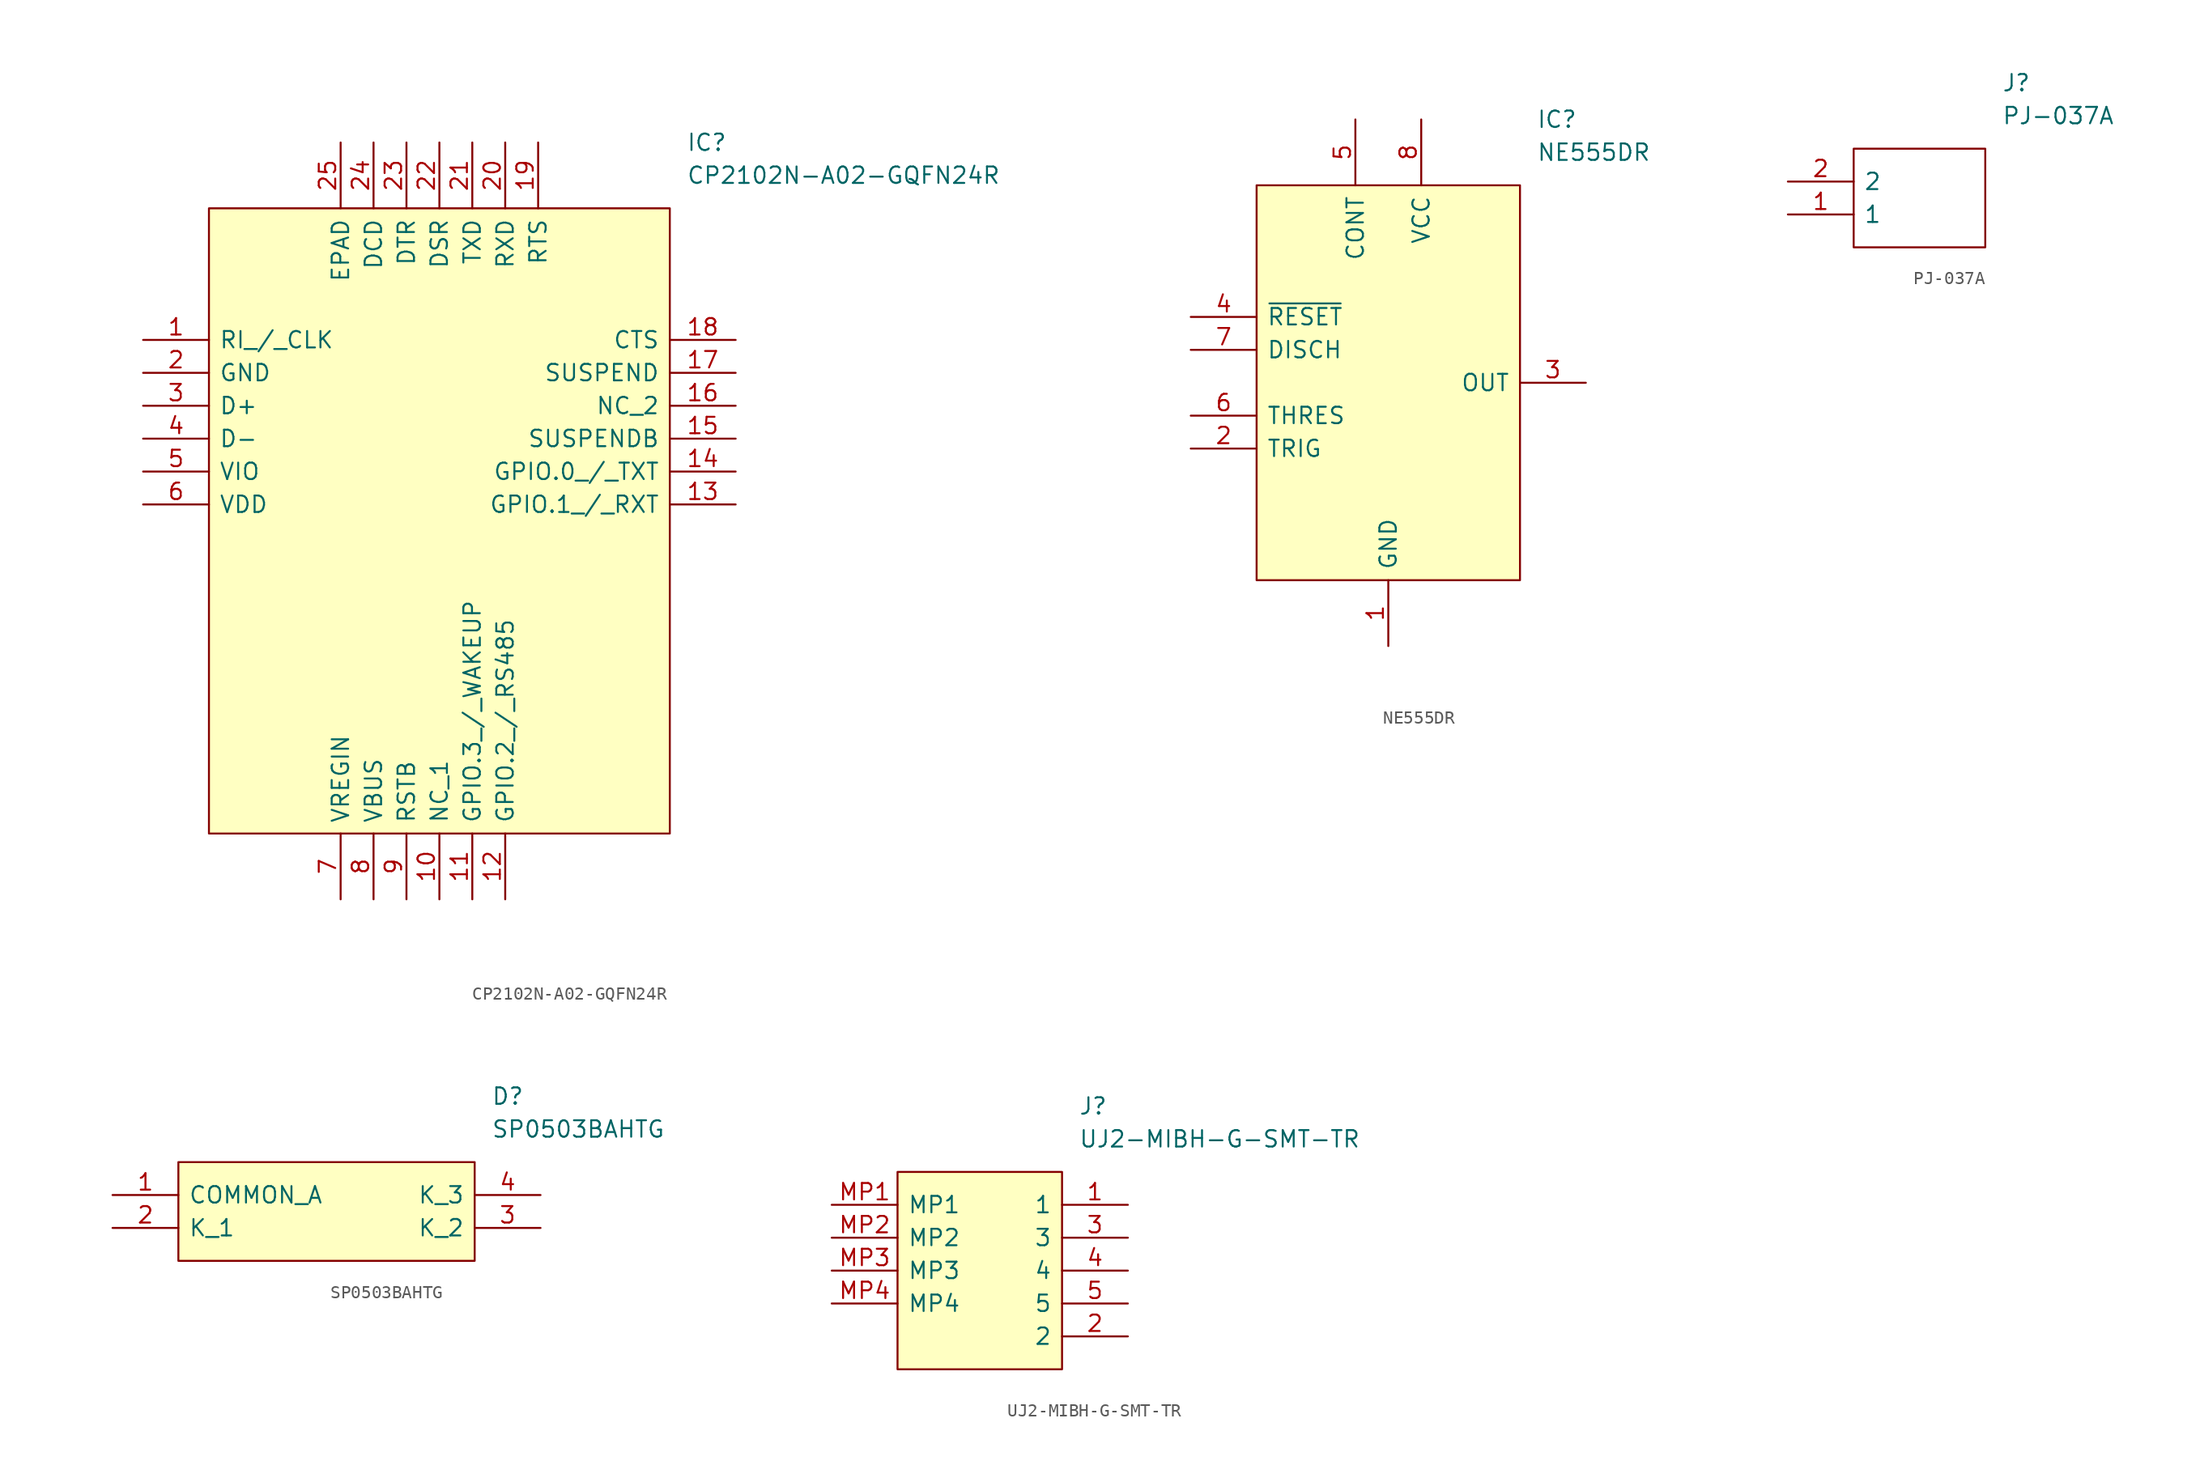
<source format=kicad_sym>
(kicad_symbol_lib
  (version 20211014)
  (generator kicad_symbol_editor)
  (symbol "CP2102N-A02-GQFN24R"
    (pin_names
      (offset 0.762))
    (property "Reference" "IC"
      (at 41.91 15.24 0)
      (effects (font (size 1.27 1.27)) (justify left)))
    (property "Value" "CP2102N-A02-GQFN24R"
      (at 41.91 12.7 0)
      (effects (font (size 1.27 1.27)) (justify left)))
    (symbol "CP2102N-A02-GQFN24R_0_0"
      (pin passive line (at 0 0 0) (length 5.08) (name "RI_/_CLK" (effects (font (size 1.27 1.27)))) (number "1" (effects (font (size 1.27 1.27)))))
      (pin passive line (at 22.86 -43.18 90) (length 5.08) (name "NC_1" (effects (font (size 1.27 1.27)))) (number "10" (effects (font (size 1.27 1.27)))))
      (pin passive line (at 25.4 -43.18 90) (length 5.08) (name "GPIO.3_/_WAKEUP" (effects (font (size 1.27 1.27)))) (number "11" (effects (font (size 1.27 1.27)))))
      (pin passive line (at 27.94 -43.18 90) (length 5.08) (name "GPIO.2_/_RS485" (effects (font (size 1.27 1.27)))) (number "12" (effects (font (size 1.27 1.27)))))
      (pin passive line (at 45.72 -12.7 180) (length 5.08) (name "GPIO.1_/_RXT" (effects (font (size 1.27 1.27)))) (number "13" (effects (font (size 1.27 1.27)))))
      (pin passive line (at 45.72 -10.16 180) (length 5.08) (name "GPIO.0_/_TXT" (effects (font (size 1.27 1.27)))) (number "14" (effects (font (size 1.27 1.27)))))
      (pin passive line (at 45.72 -7.62 180) (length 5.08) (name "SUSPENDB" (effects (font (size 1.27 1.27)))) (number "15" (effects (font (size 1.27 1.27)))))
      (pin passive line (at 45.72 -5.08 180) (length 5.08) (name "NC_2" (effects (font (size 1.27 1.27)))) (number "16" (effects (font (size 1.27 1.27)))))
      (pin passive line (at 45.72 -2.54 180) (length 5.08) (name "SUSPEND" (effects (font (size 1.27 1.27)))) (number "17" (effects (font (size 1.27 1.27)))))
      (pin passive line (at 45.72 0 180) (length 5.08) (name "CTS" (effects (font (size 1.27 1.27)))) (number "18" (effects (font (size 1.27 1.27)))))
      (pin passive line (at 30.48 15.24 270) (length 5.08) (name "RTS" (effects (font (size 1.27 1.27)))) (number "19" (effects (font (size 1.27 1.27)))))
      (pin passive line (at 0 -2.54 0) (length 5.08) (name "GND" (effects (font (size 1.27 1.27)))) (number "2" (effects (font (size 1.27 1.27)))))
      (pin passive line (at 27.94 15.24 270) (length 5.08) (name "RXD" (effects (font (size 1.27 1.27)))) (number "20" (effects (font (size 1.27 1.27)))))
      (pin passive line (at 25.4 15.24 270) (length 5.08) (name "TXD" (effects (font (size 1.27 1.27)))) (number "21" (effects (font (size 1.27 1.27)))))
      (pin passive line (at 22.86 15.24 270) (length 5.08) (name "DSR" (effects (font (size 1.27 1.27)))) (number "22" (effects (font (size 1.27 1.27)))))
      (pin passive line (at 20.32 15.24 270) (length 5.08) (name "DTR" (effects (font (size 1.27 1.27)))) (number "23" (effects (font (size 1.27 1.27)))))
      (pin passive line (at 17.78 15.24 270) (length 5.08) (name "DCD" (effects (font (size 1.27 1.27)))) (number "24" (effects (font (size 1.27 1.27)))))
      (pin passive line (at 15.24 15.24 270) (length 5.08) (name "EPAD" (effects (font (size 1.27 1.27)))) (number "25" (effects (font (size 1.27 1.27)))))
      (pin passive line (at 0 -5.08 0) (length 5.08) (name "D+" (effects (font (size 1.27 1.27)))) (number "3" (effects (font (size 1.27 1.27)))))
      (pin passive line (at 0 -7.62 0) (length 5.08) (name "D-" (effects (font (size 1.27 1.27)))) (number "4" (effects (font (size 1.27 1.27)))))
      (pin passive line (at 0 -10.16 0) (length 5.08) (name "VIO" (effects (font (size 1.27 1.27)))) (number "5" (effects (font (size 1.27 1.27)))))
      (pin passive line (at 0 -12.7 0) (length 5.08) (name "VDD" (effects (font (size 1.27 1.27)))) (number "6" (effects (font (size 1.27 1.27)))))
      (pin passive line (at 15.24 -43.18 90) (length 5.08) (name "VREGIN" (effects (font (size 1.27 1.27)))) (number "7" (effects (font (size 1.27 1.27)))))
      (pin passive line (at 17.78 -43.18 90) (length 5.08) (name "VBUS" (effects (font (size 1.27 1.27)))) (number "8" (effects (font (size 1.27 1.27)))))
      (pin passive line (at 20.32 -43.18 90) (length 5.08) (name "RSTB" (effects (font (size 1.27 1.27)))) (number "9" (effects (font (size 1.27 1.27))))))
    (symbol "CP2102N-A02-GQFN24R_0_1"
      (polyline (pts (xy 5.08 10.16) (xy 40.64 10.16) (xy 40.64 -38.1) (xy 5.08 -38.1) (xy 5.08 10.16)) (stroke (width 0.152) (type default) (color 0 0 0 0)) (fill (type background)))))
  (symbol "NE555DR"
    (pin_names
      (offset 0.762))
    (property "Reference" "IC"
      (at 26.67 15.24 0)
      (effects (font (size 1.27 1.27)) (justify left)))
    (property "Value" "NE555DR"
      (at 26.67 12.7 0)
      (effects (font (size 1.27 1.27)) (justify left)))
    (symbol "NE555DR_0_0"
      (pin bidirectional line (at 15.24 -25.4 90) (length 5.08) (name "GND" (effects (font (size 1.27 1.27)))) (number "1" (effects (font (size 1.27 1.27)))))
      (pin bidirectional line (at 0 -10.16 0) (length 5.08) (name "TRIG" (effects (font (size 1.27 1.27)))) (number "2" (effects (font (size 1.27 1.27)))))
      (pin bidirectional line (at 30.48 -5.08 180) (length 5.08) (name "OUT" (effects (font (size 1.27 1.27)))) (number "3" (effects (font (size 1.27 1.27)))))
      (pin bidirectional line (at 0 0 0) (length 5.08) (name "~{RESET}" (effects (font (size 1.27 1.27)))) (number "4" (effects (font (size 1.27 1.27)))))
      (pin bidirectional line (at 12.7 15.24 270) (length 5.08) (name "CONT" (effects (font (size 1.27 1.27)))) (number "5" (effects (font (size 1.27 1.27)))))
      (pin bidirectional line (at 0 -7.62 0) (length 5.08) (name "THRES" (effects (font (size 1.27 1.27)))) (number "6" (effects (font (size 1.27 1.27)))))
      (pin bidirectional line (at 0 -2.54 0) (length 5.08) (name "DISCH" (effects (font (size 1.27 1.27)))) (number "7" (effects (font (size 1.27 1.27)))))
      (pin bidirectional line (at 17.78 15.24 270) (length 5.08) (name "VCC" (effects (font (size 1.27 1.27)))) (number "8" (effects (font (size 1.27 1.27))))))
    (symbol "NE555DR_0_1"
      (polyline (pts (xy 5.08 10.16) (xy 25.4 10.16) (xy 25.4 -20.32) (xy 5.08 -20.32) (xy 5.08 10.16)) (stroke (width 0.152) (type default) (color 0 0 0 0)) (fill (type background)))))
  (symbol "PJ-037A"
    (pin_names
      (offset 0.762))
    (property "Reference" "J"
      (at 16.51 7.62 0)
      (effects (font (size 1.27 1.27)) (justify left)))
    (property "Value" "PJ-037A"
      (at 16.51 5.08 0)
      (effects (font (size 1.27 1.27)) (justify left)))
    (symbol "PJ-037A_0_0"
      (pin passive line (at 0 -2.54 0) (length 5.08) (name "1" (effects (font (size 1.27 1.27)))) (number "1" (effects (font (size 1.27 1.27)))))
      (pin passive line (at 0 0 0) (length 5.08) (name "2" (effects (font (size 1.27 1.27)))) (number "2" (effects (font (size 1.27 1.27))))))
    (symbol "PJ-037A_0_1"
      (polyline (pts (xy 5.08 2.54) (xy 15.24 2.54) (xy 15.24 -5.08) (xy 5.08 -5.08) (xy 5.08 2.54)) (stroke (width 0.152) (type default) (color 0 0 0 0)) (fill (type none)))))
  (symbol "SP0503BAHTG"
    (pin_names
      (offset 0.762))
    (property "Reference" "D"
      (at 29.21 7.62 0)
      (effects (font (size 1.27 1.27)) (justify left)))
    (property "Value" "SP0503BAHTG"
      (at 29.21 5.08 0)
      (effects (font (size 1.27 1.27)) (justify left)))
    (symbol "SP0503BAHTG_0_0"
      (pin passive line (at 0 0 0) (length 5.08) (name "COMMON_A" (effects (font (size 1.27 1.27)))) (number "1" (effects (font (size 1.27 1.27)))))
      (pin passive line (at 0 -2.54 0) (length 5.08) (name "K_1" (effects (font (size 1.27 1.27)))) (number "2" (effects (font (size 1.27 1.27)))))
      (pin passive line (at 33.02 -2.54 180) (length 5.08) (name "K_2" (effects (font (size 1.27 1.27)))) (number "3" (effects (font (size 1.27 1.27)))))
      (pin passive line (at 33.02 0 180) (length 5.08) (name "K_3" (effects (font (size 1.27 1.27)))) (number "4" (effects (font (size 1.27 1.27))))))
    (symbol "SP0503BAHTG_0_1"
      (polyline (pts (xy 5.08 2.54) (xy 27.94 2.54) (xy 27.94 -5.08) (xy 5.08 -5.08) (xy 5.08 2.54)) (stroke (width 0.152) (type default) (color 0 0 0 0)) (fill (type background)))))
  (symbol "UJ2-MIBH-G-SMT-TR"
    (pin_names
      (offset 0.762))
    (property "Reference" "J"
      (at 19.05 7.62 0)
      (effects (font (size 1.27 1.27)) (justify left)))
    (property "Value" "UJ2-MIBH-G-SMT-TR"
      (at 19.05 5.08 0)
      (effects (font (size 1.27 1.27)) (justify left)))
    (symbol "UJ2-MIBH-G-SMT-TR_0_0"
      (pin passive line (at 22.86 0 180) (length 5.08) (name "1" (effects (font (size 1.27 1.27)))) (number "1" (effects (font (size 1.27 1.27)))))
      (pin passive line (at 22.86 -10.16 180) (length 5.08) (name "2" (effects (font (size 1.27 1.27)))) (number "2" (effects (font (size 1.27 1.27)))))
      (pin passive line (at 22.86 -2.54 180) (length 5.08) (name "3" (effects (font (size 1.27 1.27)))) (number "3" (effects (font (size 1.27 1.27)))))
      (pin passive line (at 22.86 -5.08 180) (length 5.08) (name "4" (effects (font (size 1.27 1.27)))) (number "4" (effects (font (size 1.27 1.27)))))
      (pin passive line (at 22.86 -7.62 180) (length 5.08) (name "5" (effects (font (size 1.27 1.27)))) (number "5" (effects (font (size 1.27 1.27)))))
      (pin passive line (at 0 0 0) (length 5.08) (name "MP1" (effects (font (size 1.27 1.27)))) (number "MP1" (effects (font (size 1.27 1.27)))))
      (pin passive line (at 0 -2.54 0) (length 5.08) (name "MP2" (effects (font (size 1.27 1.27)))) (number "MP2" (effects (font (size 1.27 1.27)))))
      (pin passive line (at 0 -5.08 0) (length 5.08) (name "MP3" (effects (font (size 1.27 1.27)))) (number "MP3" (effects (font (size 1.27 1.27)))))
      (pin passive line (at 0 -7.62 0) (length 5.08) (name "MP4" (effects (font (size 1.27 1.27)))) (number "MP4" (effects (font (size 1.27 1.27))))))
    (symbol "UJ2-MIBH-G-SMT-TR_0_1"
      (polyline (pts (xy 5.08 2.54) (xy 17.78 2.54) (xy 17.78 -12.7) (xy 5.08 -12.7) (xy 5.08 2.54)) (stroke (width 0.152) (type default) (color 0 0 0 0)) (fill (type background))))))
</source>
